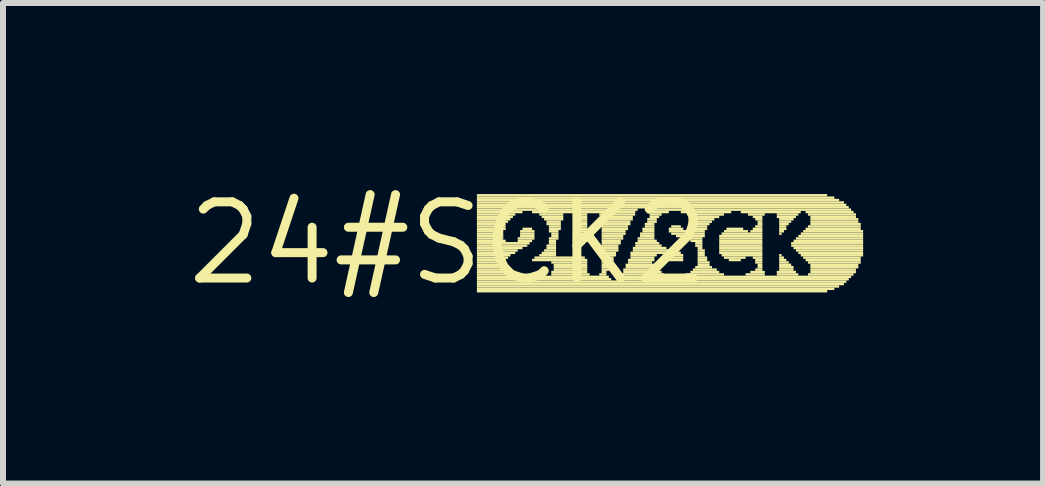
<source format=kicad_pcb>
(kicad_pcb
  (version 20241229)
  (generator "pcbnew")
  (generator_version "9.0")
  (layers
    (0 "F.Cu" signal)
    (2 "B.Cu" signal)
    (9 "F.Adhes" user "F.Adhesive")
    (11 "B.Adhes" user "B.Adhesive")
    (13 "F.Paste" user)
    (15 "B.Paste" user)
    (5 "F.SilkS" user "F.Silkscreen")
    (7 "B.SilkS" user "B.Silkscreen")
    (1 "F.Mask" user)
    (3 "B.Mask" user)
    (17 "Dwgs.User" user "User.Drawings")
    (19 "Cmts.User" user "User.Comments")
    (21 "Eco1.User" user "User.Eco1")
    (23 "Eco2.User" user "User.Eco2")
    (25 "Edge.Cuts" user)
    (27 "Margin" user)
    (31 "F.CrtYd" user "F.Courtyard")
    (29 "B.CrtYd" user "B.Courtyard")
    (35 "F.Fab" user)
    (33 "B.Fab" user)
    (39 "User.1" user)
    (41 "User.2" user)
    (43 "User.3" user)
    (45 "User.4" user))
  (footprint "24#SCK2"
    (layer "F.Cu")
    (at 4.422 1.006)
    (property "Reference" "24#SCK2" (at 0 0 0) (layer "F.SilkS") (effects (font (size 1.27 1.27) (thickness 0.15))))
    (fp_poly (pts (xy 0.48 -0.78) (xy 6.32 -0.78) (xy 6.32 -0.82) (xy 0.48 -0.82)) (stroke (width 0) (type default)) (fill yes) (layer "F.SilkS"))
    (fp_poly (pts (xy 0.48 -0.74) (xy 6.44 -0.74) (xy 6.44 -0.78) (xy 0.48 -0.78)) (stroke (width 0) (type default)) (fill yes) (layer "F.SilkS"))
    (fp_poly (pts (xy 0.48 -0.7) (xy 6.52 -0.7) (xy 6.52 -0.74) (xy 0.48 -0.74)) (stroke (width 0) (type default)) (fill yes) (layer "F.SilkS"))
    (fp_poly (pts (xy 0.48 -0.66) (xy 6.6 -0.66) (xy 6.6 -0.7) (xy 0.48 -0.7)) (stroke (width 0) (type default)) (fill yes) (layer "F.SilkS"))
    (fp_poly (pts (xy 0.48 -0.62) (xy 6.64 -0.62) (xy 6.64 -0.66) (xy 0.48 -0.66)) (stroke (width 0) (type default)) (fill yes) (layer "F.SilkS"))
    (fp_poly (pts (xy 0.48 -0.58) (xy 6.68 -0.58) (xy 6.68 -0.62) (xy 0.48 -0.62)) (stroke (width 0) (type default)) (fill yes) (layer "F.SilkS"))
    (fp_poly (pts (xy 0.48 -0.54) (xy 3.16 -0.54) (xy 3.16 -0.58) (xy 0.48 -0.58)) (stroke (width 0) (type default)) (fill yes) (layer "F.SilkS"))
    (fp_poly (pts (xy 0.48 -0.5) (xy 1.24 -0.5) (xy 1.24 -0.54) (xy 0.48 -0.54)) (stroke (width 0) (type default)) (fill yes) (layer "F.SilkS"))
    (fp_poly (pts (xy 0.48 -0.46) (xy 1.12 -0.46) (xy 1.12 -0.5) (xy 0.48 -0.5)) (stroke (width 0) (type default)) (fill yes) (layer "F.SilkS"))
    (fp_poly (pts (xy 0.48 -0.42) (xy 1.08 -0.42) (xy 1.08 -0.46) (xy 0.48 -0.46)) (stroke (width 0) (type default)) (fill yes) (layer "F.SilkS"))
    (fp_poly (pts (xy 0.48 -0.38) (xy 1.04 -0.38) (xy 1.04 -0.42) (xy 0.48 -0.42)) (stroke (width 0) (type default)) (fill yes) (layer "F.SilkS"))
    (fp_poly (pts (xy 0.48 -0.34) (xy 1 -0.34) (xy 1 -0.38) (xy 0.48 -0.38)) (stroke (width 0) (type default)) (fill yes) (layer "F.SilkS"))
    (fp_poly (pts (xy 0.48 -0.3) (xy 0.96 -0.3) (xy 0.96 -0.34) (xy 0.48 -0.34)) (stroke (width 0) (type default)) (fill yes) (layer "F.SilkS"))
    (fp_poly (pts (xy 0.48 -0.26) (xy 0.96 -0.26) (xy 0.96 -0.3) (xy 0.48 -0.3)) (stroke (width 0) (type default)) (fill yes) (layer "F.SilkS"))
    (fp_poly (pts (xy 0.48 -0.22) (xy 0.96 -0.22) (xy 0.96 -0.26) (xy 0.48 -0.26)) (stroke (width 0) (type default)) (fill yes) (layer "F.SilkS"))
    (fp_poly (pts (xy 0.48 -0.18) (xy 0.92 -0.18) (xy 0.92 -0.22) (xy 0.48 -0.22)) (stroke (width 0) (type default)) (fill yes) (layer "F.SilkS"))
    (fp_poly (pts (xy 0.48 -0.14) (xy 0.92 -0.14) (xy 0.92 -0.18) (xy 0.48 -0.18)) (stroke (width 0) (type default)) (fill yes) (layer "F.SilkS"))
    (fp_poly (pts (xy 0.48 -0.1) (xy 0.92 -0.1) (xy 0.92 -0.14) (xy 0.48 -0.14)) (stroke (width 0) (type default)) (fill yes) (layer "F.SilkS"))
    (fp_poly (pts (xy 0.48 -0.06) (xy 0.92 -0.06) (xy 0.92 -0.1) (xy 0.48 -0.1)) (stroke (width 0) (type default)) (fill yes) (layer "F.SilkS"))
    (fp_poly (pts (xy 0.48 -0.02) (xy 0.96 -0.02) (xy 0.96 -0.06) (xy 0.48 -0.06)) (stroke (width 0) (type default)) (fill yes) (layer "F.SilkS"))
    (fp_poly (pts (xy 0.48 0.02) (xy 1.36 0.02) (xy 1.36 -0.02) (xy 0.48 -0.02)) (stroke (width 0) (type default)) (fill yes) (layer "F.SilkS"))
    (fp_poly (pts (xy 0.48 0.06) (xy 1.32 0.06) (xy 1.32 0.02) (xy 0.48 0.02)) (stroke (width 0) (type default)) (fill yes) (layer "F.SilkS"))
    (fp_poly (pts (xy 0.48 0.1) (xy 1.24 0.1) (xy 1.24 0.06) (xy 0.48 0.06)) (stroke (width 0) (type default)) (fill yes) (layer "F.SilkS"))
    (fp_poly (pts (xy 0.48 0.14) (xy 1.16 0.14) (xy 1.16 0.1) (xy 0.48 0.1)) (stroke (width 0) (type default)) (fill yes) (layer "F.SilkS"))
    (fp_poly (pts (xy 0.48 0.18) (xy 1.12 0.18) (xy 1.12 0.14) (xy 0.48 0.14)) (stroke (width 0) (type default)) (fill yes) (layer "F.SilkS"))
    (fp_poly (pts (xy 0.48 0.22) (xy 1.04 0.22) (xy 1.04 0.18) (xy 0.48 0.18)) (stroke (width 0) (type default)) (fill yes) (layer "F.SilkS"))
    (fp_poly (pts (xy 0.48 0.26) (xy 1 0.26) (xy 1 0.22) (xy 0.48 0.22)) (stroke (width 0) (type default)) (fill yes) (layer "F.SilkS"))
    (fp_poly (pts (xy 0.48 0.3) (xy 0.96 0.3) (xy 0.96 0.26) (xy 0.48 0.26)) (stroke (width 0) (type default)) (fill yes) (layer "F.SilkS"))
    (fp_poly (pts (xy 0.48 0.34) (xy 0.96 0.34) (xy 0.96 0.3) (xy 0.48 0.3)) (stroke (width 0) (type default)) (fill yes) (layer "F.SilkS"))
    (fp_poly (pts (xy 0.48 0.38) (xy 0.92 0.38) (xy 0.92 0.34) (xy 0.48 0.34)) (stroke (width 0) (type default)) (fill yes) (layer "F.SilkS"))
    (fp_poly (pts (xy 0.48 0.42) (xy 0.92 0.42) (xy 0.92 0.38) (xy 0.48 0.38)) (stroke (width 0) (type default)) (fill yes) (layer "F.SilkS"))
    (fp_poly (pts (xy 0.48 0.46) (xy 0.92 0.46) (xy 0.92 0.42) (xy 0.48 0.42)) (stroke (width 0) (type default)) (fill yes) (layer "F.SilkS"))
    (fp_poly (pts (xy 0.48 0.5) (xy 0.96 0.5) (xy 0.96 0.46) (xy 0.48 0.46)) (stroke (width 0) (type default)) (fill yes) (layer "F.SilkS"))
    (fp_poly (pts (xy 0.48 0.54) (xy 1 0.54) (xy 1 0.5) (xy 0.48 0.5)) (stroke (width 0) (type default)) (fill yes) (layer "F.SilkS"))
    (fp_poly (pts (xy 0.48 0.58) (xy 2.68 0.58) (xy 2.68 0.54) (xy 0.48 0.54)) (stroke (width 0) (type default)) (fill yes) (layer "F.SilkS"))
    (fp_poly (pts (xy 0.48 0.62) (xy 2.72 0.62) (xy 2.72 0.58) (xy 0.48 0.58)) (stroke (width 0) (type default)) (fill yes) (layer "F.SilkS"))
    (fp_poly (pts (xy 0.48 0.66) (xy 6.64 0.66) (xy 6.64 0.62) (xy 0.48 0.62)) (stroke (width 0) (type default)) (fill yes) (layer "F.SilkS"))
    (fp_poly (pts (xy 0.48 0.7) (xy 6.6 0.7) (xy 6.6 0.66) (xy 0.48 0.66)) (stroke (width 0) (type default)) (fill yes) (layer "F.SilkS"))
    (fp_poly (pts (xy 0.48 0.74) (xy 6.52 0.74) (xy 6.52 0.7) (xy 0.48 0.7)) (stroke (width 0) (type default)) (fill yes) (layer "F.SilkS"))
    (fp_poly (pts (xy 0.48 0.78) (xy 6.44 0.78) (xy 6.44 0.74) (xy 0.48 0.74)) (stroke (width 0) (type default)) (fill yes) (layer "F.SilkS"))
    (fp_poly (pts (xy 0.48 0.82) (xy 6.32 0.82) (xy 6.32 0.78) (xy 0.48 0.78)) (stroke (width 0) (type default)) (fill yes) (layer "F.SilkS"))
    (fp_poly (pts (xy 1.16 -0.06) (xy 1.44 -0.06) (xy 1.44 -0.1) (xy 1.16 -0.1)) (stroke (width 0) (type default)) (fill yes) (layer "F.SilkS"))
    (fp_poly (pts (xy 1.16 -0.02) (xy 1.4 -0.02) (xy 1.4 -0.06) (xy 1.16 -0.06)) (stroke (width 0) (type default)) (fill yes) (layer "F.SilkS"))
    (fp_poly (pts (xy 1.2 -0.18) (xy 1.44 -0.18) (xy 1.44 -0.22) (xy 1.2 -0.22)) (stroke (width 0) (type default)) (fill yes) (layer "F.SilkS"))
    (fp_poly (pts (xy 1.2 -0.14) (xy 1.44 -0.14) (xy 1.44 -0.18) (xy 1.2 -0.18)) (stroke (width 0) (type default)) (fill yes) (layer "F.SilkS"))
    (fp_poly (pts (xy 1.2 -0.1) (xy 1.44 -0.1) (xy 1.44 -0.14) (xy 1.2 -0.14)) (stroke (width 0) (type default)) (fill yes) (layer "F.SilkS"))
    (fp_poly (pts (xy 1.24 -0.22) (xy 1.4 -0.22) (xy 1.4 -0.26) (xy 1.24 -0.26)) (stroke (width 0) (type default)) (fill yes) (layer "F.SilkS"))
    (fp_poly (pts (xy 1.4 -0.5) (xy 3.12 -0.5) (xy 3.12 -0.54) (xy 1.4 -0.54)) (stroke (width 0) (type default)) (fill yes) (layer "F.SilkS"))
    (fp_poly (pts (xy 1.4 0.3) (xy 2.32 0.3) (xy 2.32 0.26) (xy 1.4 0.26)) (stroke (width 0) (type default)) (fill yes) (layer "F.SilkS"))
    (fp_poly (pts (xy 1.44 0.26) (xy 2.28 0.26) (xy 2.28 0.22) (xy 1.44 0.22)) (stroke (width 0) (type default)) (fill yes) (layer "F.SilkS"))
    (fp_poly (pts (xy 1.52 -0.46) (xy 1.92 -0.46) (xy 1.92 -0.5) (xy 1.52 -0.5)) (stroke (width 0) (type default)) (fill yes) (layer "F.SilkS"))
    (fp_poly (pts (xy 1.52 0.22) (xy 1.8 0.22) (xy 1.8 0.18) (xy 1.52 0.18)) (stroke (width 0) (type default)) (fill yes) (layer "F.SilkS"))
    (fp_poly (pts (xy 1.56 -0.42) (xy 1.92 -0.42) (xy 1.92 -0.46) (xy 1.56 -0.46)) (stroke (width 0) (type default)) (fill yes) (layer "F.SilkS"))
    (fp_poly (pts (xy 1.56 0.18) (xy 1.8 0.18) (xy 1.8 0.14) (xy 1.56 0.14)) (stroke (width 0) (type default)) (fill yes) (layer "F.SilkS"))
    (fp_poly (pts (xy 1.6 -0.38) (xy 1.92 -0.38) (xy 1.92 -0.42) (xy 1.6 -0.42)) (stroke (width 0) (type default)) (fill yes) (layer "F.SilkS"))
    (fp_poly (pts (xy 1.6 0.14) (xy 1.8 0.14) (xy 1.8 0.1) (xy 1.6 0.1)) (stroke (width 0) (type default)) (fill yes) (layer "F.SilkS"))
    (fp_poly (pts (xy 1.64 -0.34) (xy 1.88 -0.34) (xy 1.88 -0.38) (xy 1.64 -0.38)) (stroke (width 0) (type default)) (fill yes) (layer "F.SilkS"))
    (fp_poly (pts (xy 1.64 -0.3) (xy 1.88 -0.3) (xy 1.88 -0.34) (xy 1.64 -0.34)) (stroke (width 0) (type default)) (fill yes) (layer "F.SilkS"))
    (fp_poly (pts (xy 1.64 0.06) (xy 1.8 0.06) (xy 1.8 0.02) (xy 1.64 0.02)) (stroke (width 0) (type default)) (fill yes) (layer "F.SilkS"))
    (fp_poly (pts (xy 1.64 0.1) (xy 1.8 0.1) (xy 1.8 0.06) (xy 1.64 0.06)) (stroke (width 0) (type default)) (fill yes) (layer "F.SilkS"))
    (fp_poly (pts (xy 1.68 -0.26) (xy 1.88 -0.26) (xy 1.88 -0.3) (xy 1.68 -0.3)) (stroke (width 0) (type default)) (fill yes) (layer "F.SilkS"))
    (fp_poly (pts (xy 1.68 -0.22) (xy 1.88 -0.22) (xy 1.88 -0.26) (xy 1.68 -0.26)) (stroke (width 0) (type default)) (fill yes) (layer "F.SilkS"))
    (fp_poly (pts (xy 1.68 -0.18) (xy 1.84 -0.18) (xy 1.84 -0.22) (xy 1.68 -0.22)) (stroke (width 0) (type default)) (fill yes) (layer "F.SilkS"))
    (fp_poly (pts (xy 1.68 -0.06) (xy 1.84 -0.06) (xy 1.84 -0.1) (xy 1.68 -0.1)) (stroke (width 0) (type default)) (fill yes) (layer "F.SilkS"))
    (fp_poly (pts (xy 1.68 -0.02) (xy 1.8 -0.02) (xy 1.8 -0.06) (xy 1.68 -0.06)) (stroke (width 0) (type default)) (fill yes) (layer "F.SilkS"))
    (fp_poly (pts (xy 1.68 0.02) (xy 1.8 0.02) (xy 1.8 -0.02) (xy 1.68 -0.02)) (stroke (width 0) (type default)) (fill yes) (layer "F.SilkS"))
    (fp_poly (pts (xy 1.72 -0.14) (xy 1.84 -0.14) (xy 1.84 -0.18) (xy 1.72 -0.18)) (stroke (width 0) (type default)) (fill yes) (layer "F.SilkS"))
    (fp_poly (pts (xy 1.72 -0.1) (xy 1.84 -0.1) (xy 1.84 -0.14) (xy 1.72 -0.14)) (stroke (width 0) (type default)) (fill yes) (layer "F.SilkS"))
    (fp_poly (pts (xy 1.72 0.34) (xy 2.32 0.34) (xy 2.32 0.3) (xy 1.72 0.3)) (stroke (width 0) (type default)) (fill yes) (layer "F.SilkS"))
    (fp_poly (pts (xy 1.72 0.5) (xy 2.32 0.5) (xy 2.32 0.46) (xy 1.72 0.46)) (stroke (width 0) (type default)) (fill yes) (layer "F.SilkS"))
    (fp_poly (pts (xy 1.72 0.54) (xy 2.36 0.54) (xy 2.36 0.5) (xy 1.72 0.5)) (stroke (width 0) (type default)) (fill yes) (layer "F.SilkS"))
    (fp_poly (pts (xy 1.76 0.38) (xy 2.32 0.38) (xy 2.32 0.34) (xy 1.76 0.34)) (stroke (width 0) (type default)) (fill yes) (layer "F.SilkS"))
    (fp_poly (pts (xy 1.76 0.42) (xy 2.32 0.42) (xy 2.32 0.38) (xy 1.76 0.38)) (stroke (width 0) (type default)) (fill yes) (layer "F.SilkS"))
    (fp_poly (pts (xy 1.76 0.46) (xy 2.32 0.46) (xy 2.32 0.42) (xy 1.76 0.42)) (stroke (width 0) (type default)) (fill yes) (layer "F.SilkS"))
    (fp_poly (pts (xy 2.08 -0.14) (xy 2.32 -0.14) (xy 2.32 -0.18) (xy 2.08 -0.18)) (stroke (width 0) (type default)) (fill yes) (layer "F.SilkS"))
    (fp_poly (pts (xy 2.08 -0.1) (xy 2.32 -0.1) (xy 2.32 -0.14) (xy 2.08 -0.14)) (stroke (width 0) (type default)) (fill yes) (layer "F.SilkS"))
    (fp_poly (pts (xy 2.08 -0.06) (xy 2.32 -0.06) (xy 2.32 -0.1) (xy 2.08 -0.1)) (stroke (width 0) (type default)) (fill yes) (layer "F.SilkS"))
    (fp_poly (pts (xy 2.08 -0.02) (xy 2.32 -0.02) (xy 2.32 -0.06) (xy 2.08 -0.06)) (stroke (width 0) (type default)) (fill yes) (layer "F.SilkS"))
    (fp_poly (pts (xy 2.12 -0.46) (xy 2.32 -0.46) (xy 2.32 -0.5) (xy 2.12 -0.5)) (stroke (width 0) (type default)) (fill yes) (layer "F.SilkS"))
    (fp_poly (pts (xy 2.12 -0.3) (xy 2.32 -0.3) (xy 2.32 -0.34) (xy 2.12 -0.34)) (stroke (width 0) (type default)) (fill yes) (layer "F.SilkS"))
    (fp_poly (pts (xy 2.12 -0.26) (xy 2.32 -0.26) (xy 2.32 -0.3) (xy 2.12 -0.3)) (stroke (width 0) (type default)) (fill yes) (layer "F.SilkS"))
    (fp_poly (pts (xy 2.12 -0.22) (xy 2.32 -0.22) (xy 2.32 -0.26) (xy 2.12 -0.26)) (stroke (width 0) (type default)) (fill yes) (layer "F.SilkS"))
    (fp_poly (pts (xy 2.12 -0.18) (xy 2.32 -0.18) (xy 2.32 -0.22) (xy 2.12 -0.22)) (stroke (width 0) (type default)) (fill yes) (layer "F.SilkS"))
    (fp_poly (pts (xy 2.16 -0.42) (xy 2.32 -0.42) (xy 2.32 -0.46) (xy 2.16 -0.46)) (stroke (width 0) (type default)) (fill yes) (layer "F.SilkS"))
    (fp_poly (pts (xy 2.16 -0.38) (xy 2.32 -0.38) (xy 2.32 -0.42) (xy 2.16 -0.42)) (stroke (width 0) (type default)) (fill yes) (layer "F.SilkS"))
    (fp_poly (pts (xy 2.16 -0.34) (xy 2.32 -0.34) (xy 2.32 -0.38) (xy 2.16 -0.38)) (stroke (width 0) (type default)) (fill yes) (layer "F.SilkS"))
    (fp_poly (pts (xy 2.52 -0.46) (xy 3.12 -0.46) (xy 3.12 -0.5) (xy 2.52 -0.5)) (stroke (width 0) (type default)) (fill yes) (layer "F.SilkS"))
    (fp_poly (pts (xy 2.52 0.54) (xy 2.64 0.54) (xy 2.64 0.5) (xy 2.52 0.5)) (stroke (width 0) (type default)) (fill yes) (layer "F.SilkS"))
    (fp_poly (pts (xy 2.56 -0.42) (xy 3.08 -0.42) (xy 3.08 -0.46) (xy 2.56 -0.46)) (stroke (width 0) (type default)) (fill yes) (layer "F.SilkS"))
    (fp_poly (pts (xy 2.56 -0.38) (xy 3.08 -0.38) (xy 3.08 -0.42) (xy 2.56 -0.42)) (stroke (width 0) (type default)) (fill yes) (layer "F.SilkS"))
    (fp_poly (pts (xy 2.56 -0.34) (xy 3.04 -0.34) (xy 3.04 -0.38) (xy 2.56 -0.38)) (stroke (width 0) (type default)) (fill yes) (layer "F.SilkS"))
    (fp_poly (pts (xy 2.56 -0.3) (xy 3.04 -0.3) (xy 3.04 -0.34) (xy 2.56 -0.34)) (stroke (width 0) (type default)) (fill yes) (layer "F.SilkS"))
    (fp_poly (pts (xy 2.56 -0.26) (xy 3 -0.26) (xy 3 -0.3) (xy 2.56 -0.3)) (stroke (width 0) (type default)) (fill yes) (layer "F.SilkS"))
    (fp_poly (pts (xy 2.56 -0.22) (xy 3 -0.22) (xy 3 -0.26) (xy 2.56 -0.26)) (stroke (width 0) (type default)) (fill yes) (layer "F.SilkS"))
    (fp_poly (pts (xy 2.56 -0.18) (xy 2.96 -0.18) (xy 2.96 -0.22) (xy 2.56 -0.22)) (stroke (width 0) (type default)) (fill yes) (layer "F.SilkS"))
    (fp_poly (pts (xy 2.56 -0.14) (xy 2.96 -0.14) (xy 2.96 -0.18) (xy 2.56 -0.18)) (stroke (width 0) (type default)) (fill yes) (layer "F.SilkS"))
    (fp_poly (pts (xy 2.56 -0.1) (xy 2.92 -0.1) (xy 2.92 -0.14) (xy 2.56 -0.14)) (stroke (width 0) (type default)) (fill yes) (layer "F.SilkS"))
    (fp_poly (pts (xy 2.56 -0.06) (xy 2.92 -0.06) (xy 2.92 -0.1) (xy 2.56 -0.1)) (stroke (width 0) (type default)) (fill yes) (layer "F.SilkS"))
    (fp_poly (pts (xy 2.56 -0.02) (xy 2.88 -0.02) (xy 2.88 -0.06) (xy 2.56 -0.06)) (stroke (width 0) (type default)) (fill yes) (layer "F.SilkS"))
    (fp_poly (pts (xy 2.56 0.02) (xy 2.88 0.02) (xy 2.88 -0.02) (xy 2.56 -0.02)) (stroke (width 0) (type default)) (fill yes) (layer "F.SilkS"))
    (fp_poly (pts (xy 2.56 0.06) (xy 2.84 0.06) (xy 2.84 0.02) (xy 2.56 0.02)) (stroke (width 0) (type default)) (fill yes) (layer "F.SilkS"))
    (fp_poly (pts (xy 2.56 0.1) (xy 2.84 0.1) (xy 2.84 0.06) (xy 2.56 0.06)) (stroke (width 0) (type default)) (fill yes) (layer "F.SilkS"))
    (fp_poly (pts (xy 2.56 0.14) (xy 2.84 0.14) (xy 2.84 0.1) (xy 2.56 0.1)) (stroke (width 0) (type default)) (fill yes) (layer "F.SilkS"))
    (fp_poly (pts (xy 2.56 0.18) (xy 2.8 0.18) (xy 2.8 0.14) (xy 2.56 0.14)) (stroke (width 0) (type default)) (fill yes) (layer "F.SilkS"))
    (fp_poly (pts (xy 2.56 0.22) (xy 2.8 0.22) (xy 2.8 0.18) (xy 2.56 0.18)) (stroke (width 0) (type default)) (fill yes) (layer "F.SilkS"))
    (fp_poly (pts (xy 2.56 0.26) (xy 2.76 0.26) (xy 2.76 0.22) (xy 2.56 0.22)) (stroke (width 0) (type default)) (fill yes) (layer "F.SilkS"))
    (fp_poly (pts (xy 2.56 0.3) (xy 2.76 0.3) (xy 2.76 0.26) (xy 2.56 0.26)) (stroke (width 0) (type default)) (fill yes) (layer "F.SilkS"))
    (fp_poly (pts (xy 2.56 0.34) (xy 2.72 0.34) (xy 2.72 0.3) (xy 2.56 0.3)) (stroke (width 0) (type default)) (fill yes) (layer "F.SilkS"))
    (fp_poly (pts (xy 2.56 0.38) (xy 2.72 0.38) (xy 2.72 0.34) (xy 2.56 0.34)) (stroke (width 0) (type default)) (fill yes) (layer "F.SilkS"))
    (fp_poly (pts (xy 2.56 0.42) (xy 2.68 0.42) (xy 2.68 0.38) (xy 2.56 0.38)) (stroke (width 0) (type default)) (fill yes) (layer "F.SilkS"))
    (fp_poly (pts (xy 2.56 0.46) (xy 2.68 0.46) (xy 2.68 0.42) (xy 2.56 0.42)) (stroke (width 0) (type default)) (fill yes) (layer "F.SilkS"))
    (fp_poly (pts (xy 2.56 0.5) (xy 2.64 0.5) (xy 2.64 0.46) (xy 2.56 0.46)) (stroke (width 0) (type default)) (fill yes) (layer "F.SilkS"))
    (fp_poly (pts (xy 2.84 0.62) (xy 6.68 0.62) (xy 6.68 0.58) (xy 2.84 0.58)) (stroke (width 0) (type default)) (fill yes) (layer "F.SilkS"))
    (fp_poly (pts (xy 2.88 0.54) (xy 3.6 0.54) (xy 3.6 0.5) (xy 2.88 0.5)) (stroke (width 0) (type default)) (fill yes) (layer "F.SilkS"))
    (fp_poly (pts (xy 2.88 0.58) (xy 6.72 0.58) (xy 6.72 0.54) (xy 2.88 0.54)) (stroke (width 0) (type default)) (fill yes) (layer "F.SilkS"))
    (fp_poly (pts (xy 2.92 0.46) (xy 3.48 0.46) (xy 3.48 0.42) (xy 2.92 0.42)) (stroke (width 0) (type default)) (fill yes) (layer "F.SilkS"))
    (fp_poly (pts (xy 2.92 0.5) (xy 3.56 0.5) (xy 3.56 0.46) (xy 2.92 0.46)) (stroke (width 0) (type default)) (fill yes) (layer "F.SilkS"))
    (fp_poly (pts (xy 2.96 0.38) (xy 3.44 0.38) (xy 3.44 0.34) (xy 2.96 0.34)) (stroke (width 0) (type default)) (fill yes) (layer "F.SilkS"))
    (fp_poly (pts (xy 2.96 0.42) (xy 3.44 0.42) (xy 3.44 0.38) (xy 2.96 0.38)) (stroke (width 0) (type default)) (fill yes) (layer "F.SilkS"))
    (fp_poly (pts (xy 3 0.3) (xy 3.44 0.3) (xy 3.44 0.26) (xy 3 0.26)) (stroke (width 0) (type default)) (fill yes) (layer "F.SilkS"))
    (fp_poly (pts (xy 3 0.34) (xy 3.4 0.34) (xy 3.4 0.3) (xy 3 0.3)) (stroke (width 0) (type default)) (fill yes) (layer "F.SilkS"))
    (fp_poly (pts (xy 3.04 0.18) (xy 3.88 0.18) (xy 3.88 0.14) (xy 3.04 0.14)) (stroke (width 0) (type default)) (fill yes) (layer "F.SilkS"))
    (fp_poly (pts (xy 3.04 0.22) (xy 3.48 0.22) (xy 3.48 0.18) (xy 3.04 0.18)) (stroke (width 0) (type default)) (fill yes) (layer "F.SilkS"))
    (fp_poly (pts (xy 3.04 0.26) (xy 3.44 0.26) (xy 3.44 0.22) (xy 3.04 0.22)) (stroke (width 0) (type default)) (fill yes) (layer "F.SilkS"))
    (fp_poly (pts (xy 3.08 0.1) (xy 3.64 0.1) (xy 3.64 0.06) (xy 3.08 0.06)) (stroke (width 0) (type default)) (fill yes) (layer "F.SilkS"))
    (fp_poly (pts (xy 3.08 0.14) (xy 3.8 0.14) (xy 3.8 0.1) (xy 3.08 0.1)) (stroke (width 0) (type default)) (fill yes) (layer "F.SilkS"))
    (fp_poly (pts (xy 3.12 0.02) (xy 3.52 0.02) (xy 3.52 -0.02) (xy 3.12 -0.02)) (stroke (width 0) (type default)) (fill yes) (layer "F.SilkS"))
    (fp_poly (pts (xy 3.12 0.06) (xy 3.56 0.06) (xy 3.56 0.02) (xy 3.12 0.02)) (stroke (width 0) (type default)) (fill yes) (layer "F.SilkS"))
    (fp_poly (pts (xy 3.16 -0.06) (xy 3.44 -0.06) (xy 3.44 -0.1) (xy 3.16 -0.1)) (stroke (width 0) (type default)) (fill yes) (layer "F.SilkS"))
    (fp_poly (pts (xy 3.16 -0.02) (xy 3.48 -0.02) (xy 3.48 -0.06) (xy 3.16 -0.06)) (stroke (width 0) (type default)) (fill yes) (layer "F.SilkS"))
    (fp_poly (pts (xy 3.2 -0.14) (xy 3.44 -0.14) (xy 3.44 -0.18) (xy 3.2 -0.18)) (stroke (width 0) (type default)) (fill yes) (layer "F.SilkS"))
    (fp_poly (pts (xy 3.2 -0.1) (xy 3.44 -0.1) (xy 3.44 -0.14) (xy 3.2 -0.14)) (stroke (width 0) (type default)) (fill yes) (layer "F.SilkS"))
    (fp_poly (pts (xy 3.24 -0.22) (xy 3.44 -0.22) (xy 3.44 -0.26) (xy 3.24 -0.26)) (stroke (width 0) (type default)) (fill yes) (layer "F.SilkS"))
    (fp_poly (pts (xy 3.24 -0.18) (xy 3.44 -0.18) (xy 3.44 -0.22) (xy 3.24 -0.22)) (stroke (width 0) (type default)) (fill yes) (layer "F.SilkS"))
    (fp_poly (pts (xy 3.28 -0.54) (xy 6.72 -0.54) (xy 6.72 -0.58) (xy 3.28 -0.58)) (stroke (width 0) (type default)) (fill yes) (layer "F.SilkS"))
    (fp_poly (pts (xy 3.28 -0.3) (xy 3.44 -0.3) (xy 3.44 -0.34) (xy 3.28 -0.34)) (stroke (width 0) (type default)) (fill yes) (layer "F.SilkS"))
    (fp_poly (pts (xy 3.28 -0.26) (xy 3.44 -0.26) (xy 3.44 -0.3) (xy 3.28 -0.3)) (stroke (width 0) (type default)) (fill yes) (layer "F.SilkS"))
    (fp_poly (pts (xy 3.32 -0.5) (xy 3.68 -0.5) (xy 3.68 -0.54) (xy 3.32 -0.54)) (stroke (width 0) (type default)) (fill yes) (layer "F.SilkS"))
    (fp_poly (pts (xy 3.32 -0.38) (xy 3.48 -0.38) (xy 3.48 -0.42) (xy 3.32 -0.42)) (stroke (width 0) (type default)) (fill yes) (layer "F.SilkS"))
    (fp_poly (pts (xy 3.32 -0.34) (xy 3.48 -0.34) (xy 3.48 -0.38) (xy 3.32 -0.38)) (stroke (width 0) (type default)) (fill yes) (layer "F.SilkS"))
    (fp_poly (pts (xy 3.36 -0.46) (xy 3.56 -0.46) (xy 3.56 -0.5) (xy 3.36 -0.5)) (stroke (width 0) (type default)) (fill yes) (layer "F.SilkS"))
    (fp_poly (pts (xy 3.36 -0.42) (xy 3.52 -0.42) (xy 3.52 -0.46) (xy 3.36 -0.46)) (stroke (width 0) (type default)) (fill yes) (layer "F.SilkS"))
    (fp_poly (pts (xy 3.6 0.22) (xy 3.92 0.22) (xy 3.92 0.18) (xy 3.6 0.18)) (stroke (width 0) (type default)) (fill yes) (layer "F.SilkS"))
    (fp_poly (pts (xy 3.64 0.26) (xy 3.92 0.26) (xy 3.92 0.22) (xy 3.64 0.22)) (stroke (width 0) (type default)) (fill yes) (layer "F.SilkS"))
    (fp_poly (pts (xy 3.68 -0.22) (xy 3.92 -0.22) (xy 3.92 -0.26) (xy 3.68 -0.26)) (stroke (width 0) (type default)) (fill yes) (layer "F.SilkS"))
    (fp_poly (pts (xy 3.68 -0.18) (xy 4.28 -0.18) (xy 4.28 -0.22) (xy 3.68 -0.22)) (stroke (width 0) (type default)) (fill yes) (layer "F.SilkS"))
    (fp_poly (pts (xy 3.68 0.3) (xy 3.92 0.3) (xy 3.92 0.26) (xy 3.68 0.26)) (stroke (width 0) (type default)) (fill yes) (layer "F.SilkS"))
    (fp_poly (pts (xy 3.72 -0.26) (xy 3.88 -0.26) (xy 3.88 -0.3) (xy 3.72 -0.3)) (stroke (width 0) (type default)) (fill yes) (layer "F.SilkS"))
    (fp_poly (pts (xy 3.72 -0.14) (xy 4.28 -0.14) (xy 4.28 -0.18) (xy 3.72 -0.18)) (stroke (width 0) (type default)) (fill yes) (layer "F.SilkS"))
    (fp_poly (pts (xy 3.8 -0.1) (xy 4.28 -0.1) (xy 4.28 -0.14) (xy 3.8 -0.14)) (stroke (width 0) (type default)) (fill yes) (layer "F.SilkS"))
    (fp_poly (pts (xy 3.88 -0.5) (xy 4.72 -0.5) (xy 4.72 -0.54) (xy 3.88 -0.54)) (stroke (width 0) (type default)) (fill yes) (layer "F.SilkS"))
    (fp_poly (pts (xy 3.96 -0.06) (xy 4.24 -0.06) (xy 4.24 -0.1) (xy 3.96 -0.1)) (stroke (width 0) (type default)) (fill yes) (layer "F.SilkS"))
    (fp_poly (pts (xy 3.96 0.54) (xy 4.6 0.54) (xy 4.6 0.5) (xy 3.96 0.5)) (stroke (width 0) (type default)) (fill yes) (layer "F.SilkS"))
    (fp_poly (pts (xy 4 -0.46) (xy 4.6 -0.46) (xy 4.6 -0.5) (xy 4 -0.5)) (stroke (width 0) (type default)) (fill yes) (layer "F.SilkS"))
    (fp_poly (pts (xy 4.04 -0.22) (xy 4.32 -0.22) (xy 4.32 -0.26) (xy 4.04 -0.26)) (stroke (width 0) (type default)) (fill yes) (layer "F.SilkS"))
    (fp_poly (pts (xy 4.04 -0.02) (xy 4.24 -0.02) (xy 4.24 -0.06) (xy 4.04 -0.06)) (stroke (width 0) (type default)) (fill yes) (layer "F.SilkS"))
    (fp_poly (pts (xy 4.04 0.5) (xy 4.52 0.5) (xy 4.52 0.46) (xy 4.04 0.46)) (stroke (width 0) (type default)) (fill yes) (layer "F.SilkS"))
    (fp_poly (pts (xy 4.08 -0.42) (xy 4.52 -0.42) (xy 4.52 -0.46) (xy 4.08 -0.46)) (stroke (width 0) (type default)) (fill yes) (layer "F.SilkS"))
    (fp_poly (pts (xy 4.08 -0.3) (xy 4.36 -0.3) (xy 4.36 -0.34) (xy 4.08 -0.34)) (stroke (width 0) (type default)) (fill yes) (layer "F.SilkS"))
    (fp_poly (pts (xy 4.08 -0.26) (xy 4.32 -0.26) (xy 4.32 -0.3) (xy 4.08 -0.3)) (stroke (width 0) (type default)) (fill yes) (layer "F.SilkS"))
    (fp_poly (pts (xy 4.08 0.46) (xy 4.48 0.46) (xy 4.48 0.42) (xy 4.08 0.42)) (stroke (width 0) (type default)) (fill yes) (layer "F.SilkS"))
    (fp_poly (pts (xy 4.12 -0.38) (xy 4.44 -0.38) (xy 4.44 -0.42) (xy 4.12 -0.42)) (stroke (width 0) (type default)) (fill yes) (layer "F.SilkS"))
    (fp_poly (pts (xy 4.12 -0.34) (xy 4.4 -0.34) (xy 4.4 -0.38) (xy 4.12 -0.38)) (stroke (width 0) (type default)) (fill yes) (layer "F.SilkS"))
    (fp_poly (pts (xy 4.12 0.02) (xy 4.24 0.02) (xy 4.24 -0.02) (xy 4.12 -0.02)) (stroke (width 0) (type default)) (fill yes) (layer "F.SilkS"))
    (fp_poly (pts (xy 4.12 0.06) (xy 4.24 0.06) (xy 4.24 0.02) (xy 4.12 0.02)) (stroke (width 0) (type default)) (fill yes) (layer "F.SilkS"))
    (fp_poly (pts (xy 4.12 0.42) (xy 4.4 0.42) (xy 4.4 0.38) (xy 4.12 0.38)) (stroke (width 0) (type default)) (fill yes) (layer "F.SilkS"))
    (fp_poly (pts (xy 4.16 0.1) (xy 4.24 0.1) (xy 4.24 0.06) (xy 4.16 0.06)) (stroke (width 0) (type default)) (fill yes) (layer "F.SilkS"))
    (fp_poly (pts (xy 4.16 0.14) (xy 4.28 0.14) (xy 4.28 0.1) (xy 4.16 0.1)) (stroke (width 0) (type default)) (fill yes) (layer "F.SilkS"))
    (fp_poly (pts (xy 4.16 0.18) (xy 4.28 0.18) (xy 4.28 0.14) (xy 4.16 0.14)) (stroke (width 0) (type default)) (fill yes) (layer "F.SilkS"))
    (fp_poly (pts (xy 4.16 0.22) (xy 4.28 0.22) (xy 4.28 0.18) (xy 4.16 0.18)) (stroke (width 0) (type default)) (fill yes) (layer "F.SilkS"))
    (fp_poly (pts (xy 4.16 0.26) (xy 4.32 0.26) (xy 4.32 0.22) (xy 4.16 0.22)) (stroke (width 0) (type default)) (fill yes) (layer "F.SilkS"))
    (fp_poly (pts (xy 4.16 0.3) (xy 4.32 0.3) (xy 4.32 0.26) (xy 4.16 0.26)) (stroke (width 0) (type default)) (fill yes) (layer "F.SilkS"))
    (fp_poly (pts (xy 4.16 0.34) (xy 4.36 0.34) (xy 4.36 0.3) (xy 4.16 0.3)) (stroke (width 0) (type default)) (fill yes) (layer "F.SilkS"))
    (fp_poly (pts (xy 4.16 0.38) (xy 4.36 0.38) (xy 4.36 0.34) (xy 4.16 0.34)) (stroke (width 0) (type default)) (fill yes) (layer "F.SilkS"))
    (fp_poly (pts (xy 4.52 -0.1) (xy 5.24 -0.1) (xy 5.24 -0.14) (xy 4.52 -0.14)) (stroke (width 0) (type default)) (fill yes) (layer "F.SilkS"))
    (fp_poly (pts (xy 4.52 -0.06) (xy 5.24 -0.06) (xy 5.24 -0.1) (xy 4.52 -0.1)) (stroke (width 0) (type default)) (fill yes) (layer "F.SilkS"))
    (fp_poly (pts (xy 4.52 -0.02) (xy 5.24 -0.02) (xy 5.24 -0.06) (xy 4.52 -0.06)) (stroke (width 0) (type default)) (fill yes) (layer "F.SilkS"))
    (fp_poly (pts (xy 4.52 0.02) (xy 5.24 0.02) (xy 5.24 -0.02) (xy 4.52 -0.02)) (stroke (width 0) (type default)) (fill yes) (layer "F.SilkS"))
    (fp_poly (pts (xy 4.52 0.06) (xy 5.24 0.06) (xy 5.24 0.02) (xy 4.52 0.02)) (stroke (width 0) (type default)) (fill yes) (layer "F.SilkS"))
    (fp_poly (pts (xy 4.52 0.1) (xy 5.24 0.1) (xy 5.24 0.06) (xy 4.52 0.06)) (stroke (width 0) (type default)) (fill yes) (layer "F.SilkS"))
    (fp_poly (pts (xy 4.52 0.14) (xy 5.24 0.14) (xy 5.24 0.1) (xy 4.52 0.1)) (stroke (width 0) (type default)) (fill yes) (layer "F.SilkS"))
    (fp_poly (pts (xy 4.52 0.18) (xy 5.24 0.18) (xy 5.24 0.14) (xy 4.52 0.14)) (stroke (width 0) (type default)) (fill yes) (layer "F.SilkS"))
    (fp_poly (pts (xy 4.56 -0.14) (xy 5.24 -0.14) (xy 5.24 -0.18) (xy 4.56 -0.18)) (stroke (width 0) (type default)) (fill yes) (layer "F.SilkS"))
    (fp_poly (pts (xy 4.56 0.22) (xy 5.24 0.22) (xy 5.24 0.18) (xy 4.56 0.18)) (stroke (width 0) (type default)) (fill yes) (layer "F.SilkS"))
    (fp_poly (pts (xy 4.6 -0.18) (xy 5 -0.18) (xy 5 -0.22) (xy 4.6 -0.22)) (stroke (width 0) (type default)) (fill yes) (layer "F.SilkS"))
    (fp_poly (pts (xy 4.6 0.26) (xy 4.96 0.26) (xy 4.96 0.22) (xy 4.6 0.22)) (stroke (width 0) (type default)) (fill yes) (layer "F.SilkS"))
    (fp_poly (pts (xy 4.64 -0.22) (xy 4.92 -0.22) (xy 4.92 -0.26) (xy 4.64 -0.26)) (stroke (width 0) (type default)) (fill yes) (layer "F.SilkS"))
    (fp_poly (pts (xy 4.68 0.3) (xy 4.88 0.3) (xy 4.88 0.26) (xy 4.68 0.26)) (stroke (width 0) (type default)) (fill yes) (layer "F.SilkS"))
    (fp_poly (pts (xy 4.88 -0.5) (xy 5.88 -0.5) (xy 5.88 -0.54) (xy 4.88 -0.54)) (stroke (width 0) (type default)) (fill yes) (layer "F.SilkS"))
    (fp_poly (pts (xy 4.96 0.54) (xy 5.28 0.54) (xy 5.28 0.5) (xy 4.96 0.5)) (stroke (width 0) (type default)) (fill yes) (layer "F.SilkS"))
    (fp_poly (pts (xy 5 -0.46) (xy 5.28 -0.46) (xy 5.28 -0.5) (xy 5 -0.5)) (stroke (width 0) (type default)) (fill yes) (layer "F.SilkS"))
    (fp_poly (pts (xy 5.04 -0.18) (xy 5.24 -0.18) (xy 5.24 -0.22) (xy 5.04 -0.22)) (stroke (width 0) (type default)) (fill yes) (layer "F.SilkS"))
    (fp_poly (pts (xy 5.04 0.5) (xy 5.28 0.5) (xy 5.28 0.46) (xy 5.04 0.46)) (stroke (width 0) (type default)) (fill yes) (layer "F.SilkS"))
    (fp_poly (pts (xy 5.08 -0.42) (xy 5.24 -0.42) (xy 5.24 -0.46) (xy 5.08 -0.46)) (stroke (width 0) (type default)) (fill yes) (layer "F.SilkS"))
    (fp_poly (pts (xy 5.08 -0.22) (xy 5.24 -0.22) (xy 5.24 -0.26) (xy 5.08 -0.26)) (stroke (width 0) (type default)) (fill yes) (layer "F.SilkS"))
    (fp_poly (pts (xy 5.08 0.26) (xy 5.24 0.26) (xy 5.24 0.22) (xy 5.08 0.22)) (stroke (width 0) (type default)) (fill yes) (layer "F.SilkS"))
    (fp_poly (pts (xy 5.12 -0.38) (xy 5.24 -0.38) (xy 5.24 -0.42) (xy 5.12 -0.42)) (stroke (width 0) (type default)) (fill yes) (layer "F.SilkS"))
    (fp_poly (pts (xy 5.12 -0.26) (xy 5.24 -0.26) (xy 5.24 -0.3) (xy 5.12 -0.3)) (stroke (width 0) (type default)) (fill yes) (layer "F.SilkS"))
    (fp_poly (pts (xy 5.12 0.3) (xy 5.24 0.3) (xy 5.24 0.26) (xy 5.12 0.26)) (stroke (width 0) (type default)) (fill yes) (layer "F.SilkS"))
    (fp_poly (pts (xy 5.12 0.34) (xy 5.24 0.34) (xy 5.24 0.3) (xy 5.12 0.3)) (stroke (width 0) (type default)) (fill yes) (layer "F.SilkS"))
    (fp_poly (pts (xy 5.12 0.46) (xy 5.24 0.46) (xy 5.24 0.42) (xy 5.12 0.42)) (stroke (width 0) (type default)) (fill yes) (layer "F.SilkS"))
    (fp_poly (pts (xy 5.16 -0.34) (xy 5.24 -0.34) (xy 5.24 -0.38) (xy 5.16 -0.38)) (stroke (width 0) (type default)) (fill yes) (layer "F.SilkS"))
    (fp_poly (pts (xy 5.16 -0.3) (xy 5.24 -0.3) (xy 5.24 -0.34) (xy 5.16 -0.34)) (stroke (width 0) (type default)) (fill yes) (layer "F.SilkS"))
    (fp_poly (pts (xy 5.16 0.38) (xy 5.24 0.38) (xy 5.24 0.34) (xy 5.16 0.34)) (stroke (width 0) (type default)) (fill yes) (layer "F.SilkS"))
    (fp_poly (pts (xy 5.16 0.42) (xy 5.24 0.42) (xy 5.24 0.38) (xy 5.16 0.38)) (stroke (width 0) (type default)) (fill yes) (layer "F.SilkS"))
    (fp_poly (pts (xy 5.48 -0.46) (xy 5.84 -0.46) (xy 5.84 -0.5) (xy 5.48 -0.5)) (stroke (width 0) (type default)) (fill yes) (layer "F.SilkS"))
    (fp_poly (pts (xy 5.48 -0.42) (xy 5.8 -0.42) (xy 5.8 -0.46) (xy 5.48 -0.46)) (stroke (width 0) (type default)) (fill yes) (layer "F.SilkS"))
    (fp_poly (pts (xy 5.48 0.5) (xy 5.8 0.5) (xy 5.8 0.46) (xy 5.48 0.46)) (stroke (width 0) (type default)) (fill yes) (layer "F.SilkS"))
    (fp_poly (pts (xy 5.48 0.54) (xy 5.84 0.54) (xy 5.84 0.5) (xy 5.48 0.5)) (stroke (width 0) (type default)) (fill yes) (layer "F.SilkS"))
    (fp_poly (pts (xy 5.52 -0.38) (xy 5.76 -0.38) (xy 5.76 -0.42) (xy 5.52 -0.42)) (stroke (width 0) (type default)) (fill yes) (layer "F.SilkS"))
    (fp_poly (pts (xy 5.52 -0.34) (xy 5.72 -0.34) (xy 5.72 -0.38) (xy 5.52 -0.38)) (stroke (width 0) (type default)) (fill yes) (layer "F.SilkS"))
    (fp_poly (pts (xy 5.52 -0.3) (xy 5.68 -0.3) (xy 5.68 -0.34) (xy 5.52 -0.34)) (stroke (width 0) (type default)) (fill yes) (layer "F.SilkS"))
    (fp_poly (pts (xy 5.52 -0.26) (xy 5.64 -0.26) (xy 5.64 -0.3) (xy 5.52 -0.3)) (stroke (width 0) (type default)) (fill yes) (layer "F.SilkS"))
    (fp_poly (pts (xy 5.52 -0.22) (xy 5.64 -0.22) (xy 5.64 -0.26) (xy 5.52 -0.26)) (stroke (width 0) (type default)) (fill yes) (layer "F.SilkS"))
    (fp_poly (pts (xy 5.52 -0.18) (xy 5.6 -0.18) (xy 5.6 -0.22) (xy 5.52 -0.22)) (stroke (width 0) (type default)) (fill yes) (layer "F.SilkS"))
    (fp_poly (pts (xy 5.52 -0.14) (xy 5.56 -0.14) (xy 5.56 -0.18) (xy 5.52 -0.18)) (stroke (width 0) (type default)) (fill yes) (layer "F.SilkS"))
    (fp_poly (pts (xy 5.52 0.22) (xy 5.56 0.22) (xy 5.56 0.18) (xy 5.52 0.18)) (stroke (width 0) (type default)) (fill yes) (layer "F.SilkS"))
    (fp_poly (pts (xy 5.52 0.26) (xy 5.6 0.26) (xy 5.6 0.22) (xy 5.52 0.22)) (stroke (width 0) (type default)) (fill yes) (layer "F.SilkS"))
    (fp_poly (pts (xy 5.52 0.3) (xy 5.64 0.3) (xy 5.64 0.26) (xy 5.52 0.26)) (stroke (width 0) (type default)) (fill yes) (layer "F.SilkS"))
    (fp_poly (pts (xy 5.52 0.34) (xy 5.68 0.34) (xy 5.68 0.3) (xy 5.52 0.3)) (stroke (width 0) (type default)) (fill yes) (layer "F.SilkS"))
    (fp_poly (pts (xy 5.52 0.38) (xy 5.72 0.38) (xy 5.72 0.34) (xy 5.52 0.34)) (stroke (width 0) (type default)) (fill yes) (layer "F.SilkS"))
    (fp_poly (pts (xy 5.52 0.42) (xy 5.76 0.42) (xy 5.76 0.38) (xy 5.52 0.38)) (stroke (width 0) (type default)) (fill yes) (layer "F.SilkS"))
    (fp_poly (pts (xy 5.52 0.46) (xy 5.76 0.46) (xy 5.76 0.42) (xy 5.52 0.42)) (stroke (width 0) (type default)) (fill yes) (layer "F.SilkS"))
    (fp_poly (pts (xy 5.72 0.02) (xy 6.92 0.02) (xy 6.92 -0.02) (xy 5.72 -0.02)) (stroke (width 0) (type default)) (fill yes) (layer "F.SilkS"))
    (fp_poly (pts (xy 5.72 0.06) (xy 6.92 0.06) (xy 6.92 0.02) (xy 5.72 0.02)) (stroke (width 0) (type default)) (fill yes) (layer "F.SilkS"))
    (fp_poly (pts (xy 5.76 -0.02) (xy 6.92 -0.02) (xy 6.92 -0.06) (xy 5.76 -0.06)) (stroke (width 0) (type default)) (fill yes) (layer "F.SilkS"))
    (fp_poly (pts (xy 5.76 0.1) (xy 6.92 0.1) (xy 6.92 0.06) (xy 5.76 0.06)) (stroke (width 0) (type default)) (fill yes) (layer "F.SilkS"))
    (fp_poly (pts (xy 5.8 -0.06) (xy 6.92 -0.06) (xy 6.92 -0.1) (xy 5.8 -0.1)) (stroke (width 0) (type default)) (fill yes) (layer "F.SilkS"))
    (fp_poly (pts (xy 5.8 0.14) (xy 6.92 0.14) (xy 6.92 0.1) (xy 5.8 0.1)) (stroke (width 0) (type default)) (fill yes) (layer "F.SilkS"))
    (fp_poly (pts (xy 5.84 -0.1) (xy 6.92 -0.1) (xy 6.92 -0.14) (xy 5.84 -0.14)) (stroke (width 0) (type default)) (fill yes) (layer "F.SilkS"))
    (fp_poly (pts (xy 5.84 0.18) (xy 6.92 0.18) (xy 6.92 0.14) (xy 5.84 0.14)) (stroke (width 0) (type default)) (fill yes) (layer "F.SilkS"))
    (fp_poly (pts (xy 5.88 -0.14) (xy 6.92 -0.14) (xy 6.92 -0.18) (xy 5.88 -0.18)) (stroke (width 0) (type default)) (fill yes) (layer "F.SilkS"))
    (fp_poly (pts (xy 5.88 0.22) (xy 6.92 0.22) (xy 6.92 0.18) (xy 5.88 0.18)) (stroke (width 0) (type default)) (fill yes) (layer "F.SilkS"))
    (fp_poly (pts (xy 5.92 -0.18) (xy 6.92 -0.18) (xy 6.92 -0.22) (xy 5.92 -0.22)) (stroke (width 0) (type default)) (fill yes) (layer "F.SilkS"))
    (fp_poly (pts (xy 5.92 0.26) (xy 6.88 0.26) (xy 6.88 0.22) (xy 5.92 0.22)) (stroke (width 0) (type default)) (fill yes) (layer "F.SilkS"))
    (fp_poly (pts (xy 5.96 -0.5) (xy 6.76 -0.5) (xy 6.76 -0.54) (xy 5.96 -0.54)) (stroke (width 0) (type default)) (fill yes) (layer "F.SilkS"))
    (fp_poly (pts (xy 5.96 -0.22) (xy 6.88 -0.22) (xy 6.88 -0.26) (xy 5.96 -0.26)) (stroke (width 0) (type default)) (fill yes) (layer "F.SilkS"))
    (fp_poly (pts (xy 5.96 0.3) (xy 6.88 0.3) (xy 6.88 0.26) (xy 5.96 0.26)) (stroke (width 0) (type default)) (fill yes) (layer "F.SilkS"))
    (fp_poly (pts (xy 6 -0.46) (xy 6.8 -0.46) (xy 6.8 -0.5) (xy 6 -0.5)) (stroke (width 0) (type default)) (fill yes) (layer "F.SilkS"))
    (fp_poly (pts (xy 6 -0.26) (xy 6.88 -0.26) (xy 6.88 -0.3) (xy 6 -0.3)) (stroke (width 0) (type default)) (fill yes) (layer "F.SilkS"))
    (fp_poly (pts (xy 6 0.34) (xy 6.88 0.34) (xy 6.88 0.3) (xy 6 0.3)) (stroke (width 0) (type default)) (fill yes) (layer "F.SilkS"))
    (fp_poly (pts (xy 6 0.54) (xy 6.76 0.54) (xy 6.76 0.5) (xy 6 0.5)) (stroke (width 0) (type default)) (fill yes) (layer "F.SilkS"))
    (fp_poly (pts (xy 6.04 -0.42) (xy 6.8 -0.42) (xy 6.8 -0.46) (xy 6.04 -0.46)) (stroke (width 0) (type default)) (fill yes) (layer "F.SilkS"))
    (fp_poly (pts (xy 6.04 -0.38) (xy 6.84 -0.38) (xy 6.84 -0.42) (xy 6.04 -0.42)) (stroke (width 0) (type default)) (fill yes) (layer "F.SilkS"))
    (fp_poly (pts (xy 6.04 -0.34) (xy 6.84 -0.34) (xy 6.84 -0.38) (xy 6.04 -0.38)) (stroke (width 0) (type default)) (fill yes) (layer "F.SilkS"))
    (fp_poly (pts (xy 6.04 -0.3) (xy 6.88 -0.3) (xy 6.88 -0.34) (xy 6.04 -0.34)) (stroke (width 0) (type default)) (fill yes) (layer "F.SilkS"))
    (fp_poly (pts (xy 6.04 0.38) (xy 6.84 0.38) (xy 6.84 0.34) (xy 6.04 0.34)) (stroke (width 0) (type default)) (fill yes) (layer "F.SilkS"))
    (fp_poly (pts (xy 6.04 0.42) (xy 6.84 0.42) (xy 6.84 0.38) (xy 6.04 0.38)) (stroke (width 0) (type default)) (fill yes) (layer "F.SilkS"))
    (fp_poly (pts (xy 6.04 0.46) (xy 6.8 0.46) (xy 6.8 0.42) (xy 6.04 0.42)) (stroke (width 0) (type default)) (fill yes) (layer "F.SilkS"))
    (fp_poly (pts (xy 6.04 0.5) (xy 6.8 0.5) (xy 6.8 0.46) (xy 6.04 0.46)) (stroke (width 0) (type default)) (fill yes) (layer "F.SilkS")))
  (gr_rect
    (start -3 -3)
    (end 14.342 5.012)
    (stroke (width 0.1) (type default))
    (fill no)
    (layer "Edge.Cuts")))
</source>
